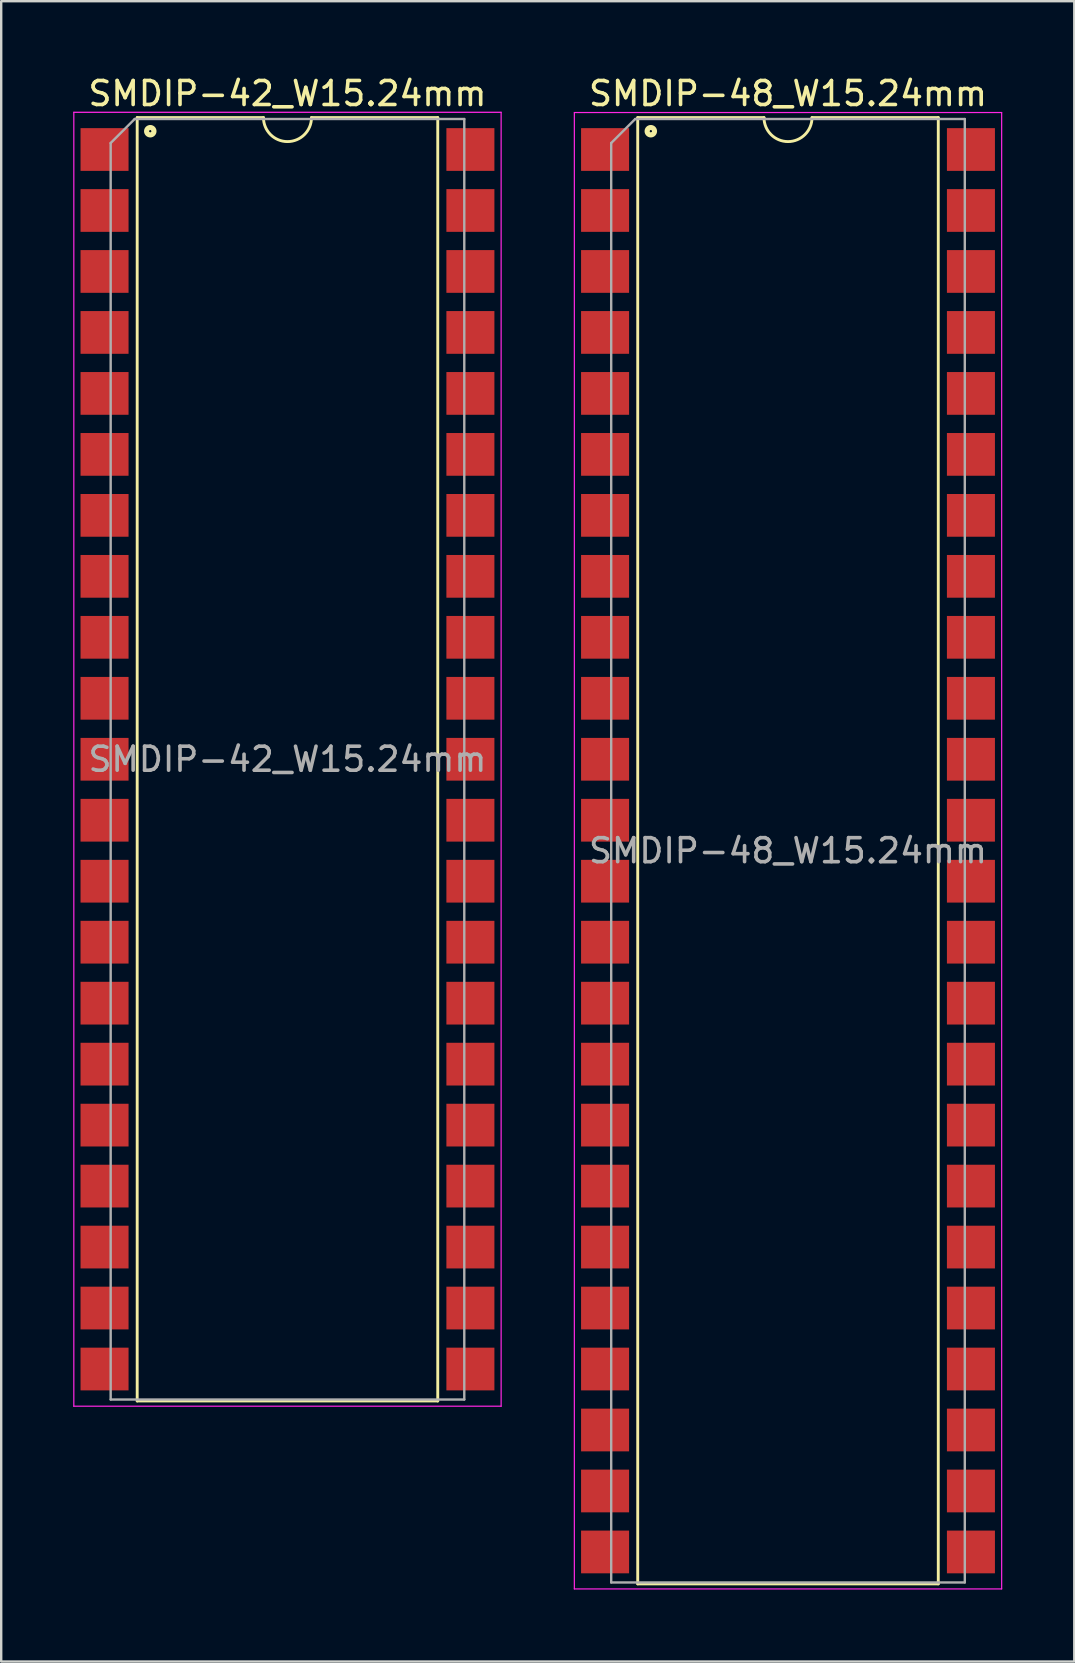
<source format=kicad_pcb>
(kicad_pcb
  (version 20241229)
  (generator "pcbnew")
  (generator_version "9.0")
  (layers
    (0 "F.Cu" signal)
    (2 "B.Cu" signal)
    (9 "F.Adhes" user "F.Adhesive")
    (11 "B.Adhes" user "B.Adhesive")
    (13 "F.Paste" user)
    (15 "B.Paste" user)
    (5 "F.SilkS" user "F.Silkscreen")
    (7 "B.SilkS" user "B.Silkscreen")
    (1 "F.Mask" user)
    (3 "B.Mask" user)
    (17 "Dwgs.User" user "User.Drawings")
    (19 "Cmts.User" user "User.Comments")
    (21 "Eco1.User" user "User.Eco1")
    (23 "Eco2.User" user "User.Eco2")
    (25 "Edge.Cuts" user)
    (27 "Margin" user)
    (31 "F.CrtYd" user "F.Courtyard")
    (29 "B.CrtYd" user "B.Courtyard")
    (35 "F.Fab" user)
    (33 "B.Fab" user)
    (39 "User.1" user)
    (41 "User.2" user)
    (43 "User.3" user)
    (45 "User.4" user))
  (footprint "SMDIP-42_W15.24mm"
    (layer "F.Cu")
    (at 8.925 28.578)
    (property "Reference" "SMDIP-42_W15.24mm" (at 0 -27.73 0) (layer "F.SilkS") (effects (font (size 1 1) (thickness 0.15))))
    (attr smd)
    (fp_line (start -6.26 -26.73) (end -6.26 26.73) (stroke (width 0.12) (type solid)) (layer "F.SilkS"))
    (fp_line (start -6.26 26.73) (end 6.26 26.73) (stroke (width 0.12) (type solid)) (layer "F.SilkS"))
    (fp_line (start -1 -26.73) (end -6.26 -26.73) (stroke (width 0.12) (type solid)) (layer "F.SilkS"))
    (fp_line (start 6.26 -26.73) (end 1 -26.73) (stroke (width 0.12) (type solid)) (layer "F.SilkS"))
    (fp_line (start 6.26 26.73) (end 6.26 -26.73) (stroke (width 0.12) (type solid)) (layer "F.SilkS"))
    (fp_arc (start 1 -26.73) (mid 0 -25.73) (end -1 -26.73) (stroke (width 0.12) (type solid)) (layer "F.SilkS"))
    (fp_circle (center -5.715 -26.162) (end -5.665 -26.162) (stroke (width 0.12) (type solid)) (fill no) (layer "F.SilkS"))
    (fp_circle (center -5.715 -26.162) (end -5.59 -26.162) (stroke (width 0.12) (type solid)) (fill no) (layer "F.SilkS"))
    (fp_circle (center -5.715 -26.162) (end -5.515 -26.162) (stroke (width 0.12) (type solid)) (fill no) (layer "F.SilkS"))
    (fp_line (start -8.9 -26.95) (end -8.9 26.95) (stroke (width 0.05) (type solid)) (layer "F.CrtYd"))
    (fp_line (start -8.9 26.95) (end 8.9 26.95) (stroke (width 0.05) (type solid)) (layer "F.CrtYd"))
    (fp_line (start 8.9 -26.95) (end -8.9 -26.95) (stroke (width 0.05) (type solid)) (layer "F.CrtYd"))
    (fp_line (start 8.9 26.95) (end 8.9 -26.95) (stroke (width 0.05) (type solid)) (layer "F.CrtYd"))
    (fp_line (start -7.365 -25.67) (end -6.365 -26.67) (stroke (width 0.1) (type solid)) (layer "F.Fab"))
    (fp_line (start -7.365 26.67) (end -7.365 -25.67) (stroke (width 0.1) (type solid)) (layer "F.Fab"))
    (fp_line (start -6.365 -26.67) (end 7.365 -26.67) (stroke (width 0.1) (type solid)) (layer "F.Fab"))
    (fp_line (start 7.365 -26.67) (end 7.365 26.67) (stroke (width 0.1) (type solid)) (layer "F.Fab"))
    (fp_line (start 7.365 26.67) (end -7.365 26.67) (stroke (width 0.1) (type solid)) (layer "F.Fab"))
    (fp_text user "${REFERENCE}" (at 0 0 0) (layer "F.Fab") (effects (font (size 1 1) (thickness 0.15))))
    (pad "1" smd rect (at -7.62 -25.4) (size 2 1.78) (layers "F.Cu" "F.Mask" "F.Paste"))
    (pad "2" smd rect (at -7.62 -22.86) (size 2 1.78) (layers "F.Cu" "F.Mask" "F.Paste"))
    (pad "3" smd rect (at -7.62 -20.32) (size 2 1.78) (layers "F.Cu" "F.Mask" "F.Paste"))
    (pad "4" smd rect (at -7.62 -17.78) (size 2 1.78) (layers "F.Cu" "F.Mask" "F.Paste"))
    (pad "5" smd rect (at -7.62 -15.24) (size 2 1.78) (layers "F.Cu" "F.Mask" "F.Paste"))
    (pad "6" smd rect (at -7.62 -12.7) (size 2 1.78) (layers "F.Cu" "F.Mask" "F.Paste"))
    (pad "7" smd rect (at -7.62 -10.16) (size 2 1.78) (layers "F.Cu" "F.Mask" "F.Paste"))
    (pad "8" smd rect (at -7.62 -7.62) (size 2 1.78) (layers "F.Cu" "F.Mask" "F.Paste"))
    (pad "9" smd rect (at -7.62 -5.08) (size 2 1.78) (layers "F.Cu" "F.Mask" "F.Paste"))
    (pad "10" smd rect (at -7.62 -2.54) (size 2 1.78) (layers "F.Cu" "F.Mask" "F.Paste"))
    (pad "11" smd rect (at -7.62 0) (size 2 1.78) (layers "F.Cu" "F.Mask" "F.Paste"))
    (pad "12" smd rect (at -7.62 2.54) (size 2 1.78) (layers "F.Cu" "F.Mask" "F.Paste"))
    (pad "13" smd rect (at -7.62 5.08) (size 2 1.78) (layers "F.Cu" "F.Mask" "F.Paste"))
    (pad "14" smd rect (at -7.62 7.62) (size 2 1.78) (layers "F.Cu" "F.Mask" "F.Paste"))
    (pad "15" smd rect (at -7.62 10.16) (size 2 1.78) (layers "F.Cu" "F.Mask" "F.Paste"))
    (pad "16" smd rect (at -7.62 12.7) (size 2 1.78) (layers "F.Cu" "F.Mask" "F.Paste"))
    (pad "17" smd rect (at -7.62 15.24) (size 2 1.78) (layers "F.Cu" "F.Mask" "F.Paste"))
    (pad "18" smd rect (at -7.62 17.78) (size 2 1.78) (layers "F.Cu" "F.Mask" "F.Paste"))
    (pad "19" smd rect (at -7.62 20.32) (size 2 1.78) (layers "F.Cu" "F.Mask" "F.Paste"))
    (pad "20" smd rect (at -7.62 22.86) (size 2 1.78) (layers "F.Cu" "F.Mask" "F.Paste"))
    (pad "21" smd rect (at -7.62 25.4) (size 2 1.78) (layers "F.Cu" "F.Mask" "F.Paste"))
    (pad "22" smd rect (at 7.62 25.4) (size 2 1.78) (layers "F.Cu" "F.Mask" "F.Paste"))
    (pad "23" smd rect (at 7.62 22.86) (size 2 1.78) (layers "F.Cu" "F.Mask" "F.Paste"))
    (pad "24" smd rect (at 7.62 20.32) (size 2 1.78) (layers "F.Cu" "F.Mask" "F.Paste"))
    (pad "25" smd rect (at 7.62 17.78) (size 2 1.78) (layers "F.Cu" "F.Mask" "F.Paste"))
    (pad "26" smd rect (at 7.62 15.24) (size 2 1.78) (layers "F.Cu" "F.Mask" "F.Paste"))
    (pad "27" smd rect (at 7.62 12.7) (size 2 1.78) (layers "F.Cu" "F.Mask" "F.Paste"))
    (pad "28" smd rect (at 7.62 10.16) (size 2 1.78) (layers "F.Cu" "F.Mask" "F.Paste"))
    (pad "29" smd rect (at 7.62 7.62) (size 2 1.78) (layers "F.Cu" "F.Mask" "F.Paste"))
    (pad "30" smd rect (at 7.62 5.08) (size 2 1.78) (layers "F.Cu" "F.Mask" "F.Paste"))
    (pad "31" smd rect (at 7.62 2.54) (size 2 1.78) (layers "F.Cu" "F.Mask" "F.Paste"))
    (pad "32" smd rect (at 7.62 0) (size 2 1.78) (layers "F.Cu" "F.Mask" "F.Paste"))
    (pad "33" smd rect (at 7.62 -2.54) (size 2 1.78) (layers "F.Cu" "F.Mask" "F.Paste"))
    (pad "34" smd rect (at 7.62 -5.08) (size 2 1.78) (layers "F.Cu" "F.Mask" "F.Paste"))
    (pad "35" smd rect (at 7.62 -7.62) (size 2 1.78) (layers "F.Cu" "F.Mask" "F.Paste"))
    (pad "36" smd rect (at 7.62 -10.16) (size 2 1.78) (layers "F.Cu" "F.Mask" "F.Paste"))
    (pad "37" smd rect (at 7.62 -12.7) (size 2 1.78) (layers "F.Cu" "F.Mask" "F.Paste"))
    (pad "38" smd rect (at 7.62 -15.24) (size 2 1.78) (layers "F.Cu" "F.Mask" "F.Paste"))
    (pad "39" smd rect (at 7.62 -17.78) (size 2 1.78) (layers "F.Cu" "F.Mask" "F.Paste"))
    (pad "40" smd rect (at 7.62 -20.32) (size 2 1.78) (layers "F.Cu" "F.Mask" "F.Paste"))
    (pad "41" smd rect (at 7.62 -22.86) (size 2 1.78) (layers "F.Cu" "F.Mask" "F.Paste"))
    (pad "42" smd rect (at 7.62 -25.4) (size 2 1.78) (layers "F.Cu" "F.Mask" "F.Paste")))
  (footprint "SMDIP-48_W15.24mm"
    (layer "F.Cu")
    (at 29.775 32.388)
    (property "Reference" "SMDIP-48_W15.24mm" (at 0 -31.54 0) (layer "F.SilkS") (effects (font (size 1 1) (thickness 0.15))))
    (attr smd)
    (fp_line (start -6.26 -30.54) (end -6.26 30.54) (stroke (width 0.12) (type solid)) (layer "F.SilkS"))
    (fp_line (start -6.26 30.54) (end 6.26 30.54) (stroke (width 0.12) (type solid)) (layer "F.SilkS"))
    (fp_line (start -1 -30.54) (end -6.26 -30.54) (stroke (width 0.12) (type solid)) (layer "F.SilkS"))
    (fp_line (start 6.26 -30.54) (end 1 -30.54) (stroke (width 0.12) (type solid)) (layer "F.SilkS"))
    (fp_line (start 6.26 30.54) (end 6.26 -30.54) (stroke (width 0.12) (type solid)) (layer "F.SilkS"))
    (fp_arc (start 1 -30.54) (mid 0 -29.54) (end -1 -30.54) (stroke (width 0.12) (type solid)) (layer "F.SilkS"))
    (fp_circle (center -5.715 -29.972) (end -5.665 -29.972) (stroke (width 0.12) (type solid)) (fill no) (layer "F.SilkS"))
    (fp_circle (center -5.715 -29.972) (end -5.59 -29.972) (stroke (width 0.12) (type solid)) (fill no) (layer "F.SilkS"))
    (fp_circle (center -5.715 -29.972) (end -5.515 -29.972) (stroke (width 0.12) (type solid)) (fill no) (layer "F.SilkS"))
    (fp_line (start -8.9 -30.75) (end -8.9 30.75) (stroke (width 0.05) (type solid)) (layer "F.CrtYd"))
    (fp_line (start -8.9 30.75) (end 8.9 30.75) (stroke (width 0.05) (type solid)) (layer "F.CrtYd"))
    (fp_line (start 8.9 -30.75) (end -8.9 -30.75) (stroke (width 0.05) (type solid)) (layer "F.CrtYd"))
    (fp_line (start 8.9 30.75) (end 8.9 -30.75) (stroke (width 0.05) (type solid)) (layer "F.CrtYd"))
    (fp_line (start -7.365 -29.48) (end -6.365 -30.48) (stroke (width 0.1) (type solid)) (layer "F.Fab"))
    (fp_line (start -7.365 30.48) (end -7.365 -29.48) (stroke (width 0.1) (type solid)) (layer "F.Fab"))
    (fp_line (start -6.365 -30.48) (end 7.365 -30.48) (stroke (width 0.1) (type solid)) (layer "F.Fab"))
    (fp_line (start 7.365 -30.48) (end 7.365 30.48) (stroke (width 0.1) (type solid)) (layer "F.Fab"))
    (fp_line (start 7.365 30.48) (end -7.365 30.48) (stroke (width 0.1) (type solid)) (layer "F.Fab"))
    (fp_text user "${REFERENCE}" (at 0 0 0) (layer "F.Fab") (effects (font (size 1 1) (thickness 0.15))))
    (pad "1" smd rect (at -7.62 -29.21) (size 2 1.78) (layers "F.Cu" "F.Mask" "F.Paste"))
    (pad "2" smd rect (at -7.62 -26.67) (size 2 1.78) (layers "F.Cu" "F.Mask" "F.Paste"))
    (pad "3" smd rect (at -7.62 -24.13) (size 2 1.78) (layers "F.Cu" "F.Mask" "F.Paste"))
    (pad "4" smd rect (at -7.62 -21.59) (size 2 1.78) (layers "F.Cu" "F.Mask" "F.Paste"))
    (pad "5" smd rect (at -7.62 -19.05) (size 2 1.78) (layers "F.Cu" "F.Mask" "F.Paste"))
    (pad "6" smd rect (at -7.62 -16.51) (size 2 1.78) (layers "F.Cu" "F.Mask" "F.Paste"))
    (pad "7" smd rect (at -7.62 -13.97) (size 2 1.78) (layers "F.Cu" "F.Mask" "F.Paste"))
    (pad "8" smd rect (at -7.62 -11.43) (size 2 1.78) (layers "F.Cu" "F.Mask" "F.Paste"))
    (pad "9" smd rect (at -7.62 -8.89) (size 2 1.78) (layers "F.Cu" "F.Mask" "F.Paste"))
    (pad "10" smd rect (at -7.62 -6.35) (size 2 1.78) (layers "F.Cu" "F.Mask" "F.Paste"))
    (pad "11" smd rect (at -7.62 -3.81) (size 2 1.78) (layers "F.Cu" "F.Mask" "F.Paste"))
    (pad "12" smd rect (at -7.62 -1.27) (size 2 1.78) (layers "F.Cu" "F.Mask" "F.Paste"))
    (pad "13" smd rect (at -7.62 1.27) (size 2 1.78) (layers "F.Cu" "F.Mask" "F.Paste"))
    (pad "14" smd rect (at -7.62 3.81) (size 2 1.78) (layers "F.Cu" "F.Mask" "F.Paste"))
    (pad "15" smd rect (at -7.62 6.35) (size 2 1.78) (layers "F.Cu" "F.Mask" "F.Paste"))
    (pad "16" smd rect (at -7.62 8.89) (size 2 1.78) (layers "F.Cu" "F.Mask" "F.Paste"))
    (pad "17" smd rect (at -7.62 11.43) (size 2 1.78) (layers "F.Cu" "F.Mask" "F.Paste"))
    (pad "18" smd rect (at -7.62 13.97) (size 2 1.78) (layers "F.Cu" "F.Mask" "F.Paste"))
    (pad "19" smd rect (at -7.62 16.51) (size 2 1.78) (layers "F.Cu" "F.Mask" "F.Paste"))
    (pad "20" smd rect (at -7.62 19.05) (size 2 1.78) (layers "F.Cu" "F.Mask" "F.Paste"))
    (pad "21" smd rect (at -7.62 21.59) (size 2 1.78) (layers "F.Cu" "F.Mask" "F.Paste"))
    (pad "22" smd rect (at -7.62 24.13) (size 2 1.78) (layers "F.Cu" "F.Mask" "F.Paste"))
    (pad "23" smd rect (at -7.62 26.67) (size 2 1.78) (layers "F.Cu" "F.Mask" "F.Paste"))
    (pad "24" smd rect (at -7.62 29.21) (size 2 1.78) (layers "F.Cu" "F.Mask" "F.Paste"))
    (pad "25" smd rect (at 7.62 29.21) (size 2 1.78) (layers "F.Cu" "F.Mask" "F.Paste"))
    (pad "26" smd rect (at 7.62 26.67) (size 2 1.78) (layers "F.Cu" "F.Mask" "F.Paste"))
    (pad "27" smd rect (at 7.62 24.13) (size 2 1.78) (layers "F.Cu" "F.Mask" "F.Paste"))
    (pad "28" smd rect (at 7.62 21.59) (size 2 1.78) (layers "F.Cu" "F.Mask" "F.Paste"))
    (pad "29" smd rect (at 7.62 19.05) (size 2 1.78) (layers "F.Cu" "F.Mask" "F.Paste"))
    (pad "30" smd rect (at 7.62 16.51) (size 2 1.78) (layers "F.Cu" "F.Mask" "F.Paste"))
    (pad "31" smd rect (at 7.62 13.97) (size 2 1.78) (layers "F.Cu" "F.Mask" "F.Paste"))
    (pad "32" smd rect (at 7.62 11.43) (size 2 1.78) (layers "F.Cu" "F.Mask" "F.Paste"))
    (pad "33" smd rect (at 7.62 8.89) (size 2 1.78) (layers "F.Cu" "F.Mask" "F.Paste"))
    (pad "34" smd rect (at 7.62 6.35) (size 2 1.78) (layers "F.Cu" "F.Mask" "F.Paste"))
    (pad "35" smd rect (at 7.62 3.81) (size 2 1.78) (layers "F.Cu" "F.Mask" "F.Paste"))
    (pad "36" smd rect (at 7.62 1.27) (size 2 1.78) (layers "F.Cu" "F.Mask" "F.Paste"))
    (pad "37" smd rect (at 7.62 -1.27) (size 2 1.78) (layers "F.Cu" "F.Mask" "F.Paste"))
    (pad "38" smd rect (at 7.62 -3.81) (size 2 1.78) (layers "F.Cu" "F.Mask" "F.Paste"))
    (pad "39" smd rect (at 7.62 -6.35) (size 2 1.78) (layers "F.Cu" "F.Mask" "F.Paste"))
    (pad "40" smd rect (at 7.62 -8.89) (size 2 1.78) (layers "F.Cu" "F.Mask" "F.Paste"))
    (pad "41" smd rect (at 7.62 -11.43) (size 2 1.78) (layers "F.Cu" "F.Mask" "F.Paste"))
    (pad "42" smd rect (at 7.62 -13.97) (size 2 1.78) (layers "F.Cu" "F.Mask" "F.Paste"))
    (pad "43" smd rect (at 7.62 -16.51) (size 2 1.78) (layers "F.Cu" "F.Mask" "F.Paste"))
    (pad "44" smd rect (at 7.62 -19.05) (size 2 1.78) (layers "F.Cu" "F.Mask" "F.Paste"))
    (pad "45" smd rect (at 7.62 -21.59) (size 2 1.78) (layers "F.Cu" "F.Mask" "F.Paste"))
    (pad "46" smd rect (at 7.62 -24.13) (size 2 1.78) (layers "F.Cu" "F.Mask" "F.Paste"))
    (pad "47" smd rect (at 7.62 -26.67) (size 2 1.78) (layers "F.Cu" "F.Mask" "F.Paste"))
    (pad "48" smd rect (at 7.62 -29.21) (size 2 1.78) (layers "F.Cu" "F.Mask" "F.Paste")))
  (gr_rect
    (start -3 -3)
    (end 41.7 66.163)
    (stroke (width 0.1) (type default))
    (fill no)
    (layer "Edge.Cuts")))
</source>
